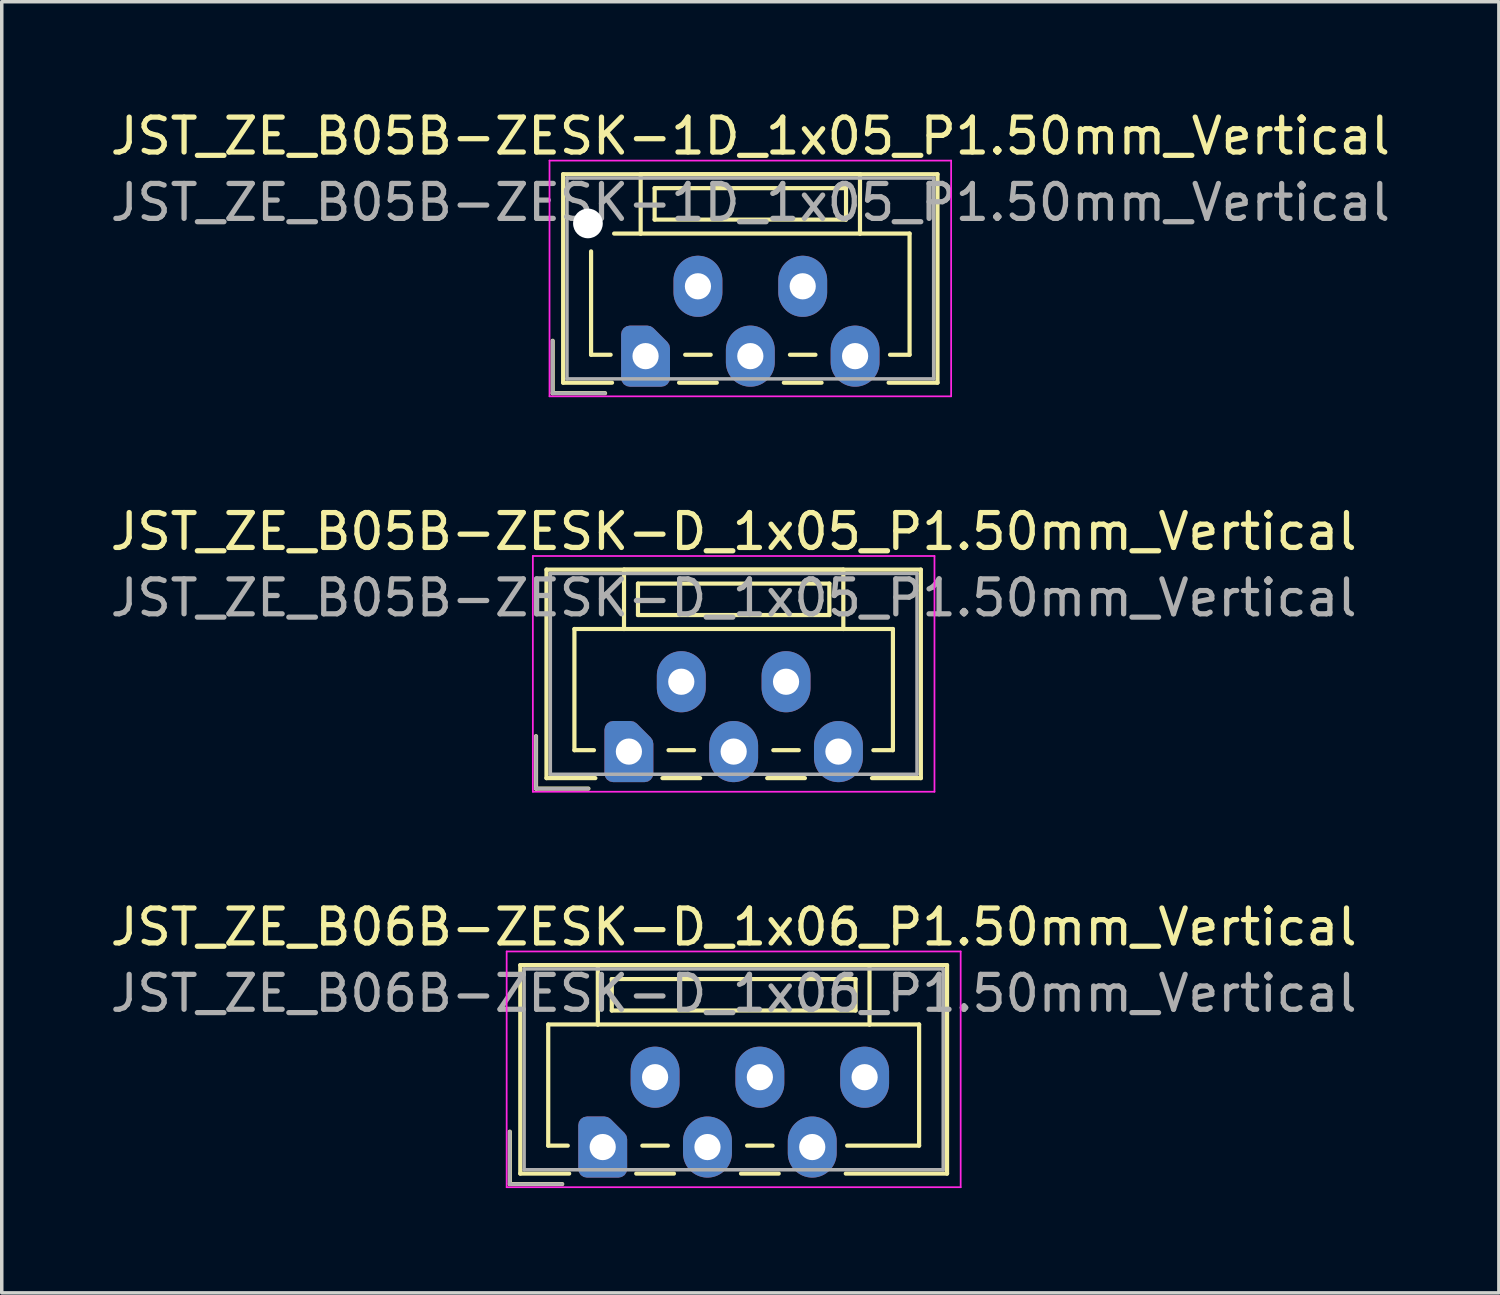
<source format=kicad_pcb>
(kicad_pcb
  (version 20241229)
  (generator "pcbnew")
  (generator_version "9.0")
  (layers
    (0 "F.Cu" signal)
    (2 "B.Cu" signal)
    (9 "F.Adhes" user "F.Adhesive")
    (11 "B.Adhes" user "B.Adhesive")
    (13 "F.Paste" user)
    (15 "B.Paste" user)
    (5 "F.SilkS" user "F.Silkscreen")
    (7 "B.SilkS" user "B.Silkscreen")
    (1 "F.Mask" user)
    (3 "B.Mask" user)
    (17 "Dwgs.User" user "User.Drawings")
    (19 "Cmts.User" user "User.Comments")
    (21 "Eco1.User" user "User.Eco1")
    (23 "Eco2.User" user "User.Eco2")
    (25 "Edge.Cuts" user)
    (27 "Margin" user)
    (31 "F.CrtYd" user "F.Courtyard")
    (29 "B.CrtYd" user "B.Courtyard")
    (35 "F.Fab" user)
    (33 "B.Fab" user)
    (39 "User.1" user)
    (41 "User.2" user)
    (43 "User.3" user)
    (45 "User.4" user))
  (footprint "JST_ZE_B06B-ZESK-D_1x06_P1.50mm_Vertical"
    (layer "F.Cu")
    (at 14.208 29.795)
    (property "Reference" "JST_ZE_B06B-ZESK-D_1x06_P1.50mm_Vertical" (at 3.75 -6.3 0) (layer "F.SilkS") (effects (font (size 1 1) (thickness 0.15))))
    (attr through_hole)
    (fp_line (start -2.66 -0.44) (end -2.66 1.06) (stroke (width 0.12) (type solid)) (layer "F.SilkS"))
    (fp_line (start -2.66 1.06) (end -1.16 1.06) (stroke (width 0.12) (type solid)) (layer "F.SilkS"))
    (fp_line (start -2.36 -5.21) (end 9.86 -5.21) (stroke (width 0.12) (type solid)) (layer "F.SilkS"))
    (fp_line (start -2.36 0.76) (end -2.36 -5.21) (stroke (width 0.12) (type solid)) (layer "F.SilkS"))
    (fp_line (start -1.56 -3.51) (end -1.56 -0.04) (stroke (width 0.12) (type solid)) (layer "F.SilkS"))
    (fp_line (start -1.56 -0.04) (end -1 -0.04) (stroke (width 0.12) (type solid)) (layer "F.SilkS"))
    (fp_line (start -0.96 0.76) (end -2.36 0.76) (stroke (width 0.12) (type solid)) (layer "F.SilkS"))
    (fp_line (start -0.14 -5.21) (end -0.14 -3.51) (stroke (width 0.12) (type solid)) (layer "F.SilkS"))
    (fp_line (start -0.14 -3.51) (end -1.56 -3.51) (stroke (width 0.12) (type solid)) (layer "F.SilkS"))
    (fp_line (start -0.14 -3.51) (end 7.64 -3.51) (stroke (width 0.12) (type solid)) (layer "F.SilkS"))
    (fp_line (start 0.26 -4.81) (end 0.26 -3.91) (stroke (width 0.12) (type solid)) (layer "F.SilkS"))
    (fp_line (start 0.26 -3.91) (end 7.24 -3.91) (stroke (width 0.12) (type solid)) (layer "F.SilkS"))
    (fp_line (start 0.96 0.76) (end 2.04 0.76) (stroke (width 0.12) (type solid)) (layer "F.SilkS"))
    (fp_line (start 1.135 -0.04) (end 1.865 -0.04) (stroke (width 0.12) (type solid)) (layer "F.SilkS"))
    (fp_line (start 3.96 0.76) (end 5.04 0.76) (stroke (width 0.12) (type solid)) (layer "F.SilkS"))
    (fp_line (start 4.135 -0.04) (end 4.865 -0.04) (stroke (width 0.12) (type solid)) (layer "F.SilkS"))
    (fp_line (start 7.24 -4.81) (end 0.26 -4.81) (stroke (width 0.12) (type solid)) (layer "F.SilkS"))
    (fp_line (start 7.24 -3.91) (end 7.24 -4.81) (stroke (width 0.12) (type solid)) (layer "F.SilkS"))
    (fp_line (start 7.64 -5.21) (end -0.14 -5.21) (stroke (width 0.12) (type solid)) (layer "F.SilkS"))
    (fp_line (start 7.64 -3.51) (end 7.64 -5.21) (stroke (width 0.12) (type solid)) (layer "F.SilkS"))
    (fp_line (start 7.64 -3.51) (end 9.06 -3.51) (stroke (width 0.12) (type solid)) (layer "F.SilkS"))
    (fp_line (start 9.06 -3.51) (end 9.06 -0.04) (stroke (width 0.12) (type solid)) (layer "F.SilkS"))
    (fp_line (start 9.06 -0.04) (end 7 -0.04) (stroke (width 0.12) (type solid)) (layer "F.SilkS"))
    (fp_line (start 9.86 -5.21) (end 9.86 0.76) (stroke (width 0.12) (type solid)) (layer "F.SilkS"))
    (fp_line (start 9.86 0.76) (end 6.96 0.76) (stroke (width 0.12) (type solid)) (layer "F.SilkS"))
    (fp_line (start -2.75 -5.6) (end -2.75 1.15) (stroke (width 0.05) (type solid)) (layer "F.CrtYd"))
    (fp_line (start -2.75 1.15) (end 10.25 1.15) (stroke (width 0.05) (type solid)) (layer "F.CrtYd"))
    (fp_line (start 10.25 -5.6) (end -2.75 -5.6) (stroke (width 0.05) (type solid)) (layer "F.CrtYd"))
    (fp_line (start 10.25 1.15) (end 10.25 -5.6) (stroke (width 0.05) (type solid)) (layer "F.CrtYd"))
    (fp_line (start -2.66 -0.44) (end -2.66 1.06) (stroke (width 0.1) (type solid)) (layer "F.Fab"))
    (fp_line (start -2.66 1.06) (end -1.16 1.06) (stroke (width 0.1) (type solid)) (layer "F.Fab"))
    (fp_line (start -2.25 -5.1) (end -2.25 0.65) (stroke (width 0.1) (type solid)) (layer "F.Fab"))
    (fp_line (start -2.25 0.65) (end 9.75 0.65) (stroke (width 0.1) (type solid)) (layer "F.Fab"))
    (fp_line (start 9.75 -5.1) (end -2.25 -5.1) (stroke (width 0.1) (type solid)) (layer "F.Fab"))
    (fp_line (start 9.75 0.65) (end 9.75 -5.1) (stroke (width 0.1) (type solid)) (layer "F.Fab"))
    (fp_text user "${REFERENCE}" (at 3.75 -4.4 0) (layer "F.Fab") (effects (font (size 1 1) (thickness 0.15))))
    (pad "1" thru_hole custom (at 0 0) (size 1.117 1.117) (drill 0.75) (layers "*.Cu" "*.Mask") (options (anchor circle)) (primitives (gr_poly (pts (xy -0.45 -0.625) (xy 0.05 -0.625) (xy 0.45 -0.225) (xy 0.45 0.625) (xy -0.45 0.625)) (width 0.5) (fill yes))))
    (pad "2" thru_hole oval (at 1.5 -2) (size 1.4 1.75) (drill 0.75) (layers "*.Cu" "*.Mask"))
    (pad "3" thru_hole oval (at 3 0) (size 1.4 1.75) (drill 0.75) (layers "*.Cu" "*.Mask"))
    (pad "4" thru_hole oval (at 4.5 -2) (size 1.4 1.75) (drill 0.75) (layers "*.Cu" "*.Mask"))
    (pad "5" thru_hole oval (at 6 0) (size 1.4 1.75) (drill 0.75) (layers "*.Cu" "*.Mask"))
    (pad "6" thru_hole oval (at 7.5 -2) (size 1.4 1.75) (drill 0.75) (layers "*.Cu" "*.Mask")))
  (footprint "JST_ZE_B05B-ZESK-1D_1x05_P1.50mm_Vertical"
    (layer "F.Cu")
    (at 15.435 7.148)
    (property "Reference" "JST_ZE_B05B-ZESK-1D_1x05_P1.50mm_Vertical" (at 3 -6.3 0) (layer "F.SilkS") (effects (font (size 1 1) (thickness 0.15))))
    (attr through_hole)
    (fp_line (start -2.66 -0.44) (end -2.66 1.06) (stroke (width 0.12) (type solid)) (layer "F.SilkS"))
    (fp_line (start -2.66 1.06) (end -1.16 1.06) (stroke (width 0.12) (type solid)) (layer "F.SilkS"))
    (fp_line (start -2.36 -5.21) (end 8.36 -5.21) (stroke (width 0.12) (type solid)) (layer "F.SilkS"))
    (fp_line (start -2.36 0.76) (end -2.36 -5.21) (stroke (width 0.12) (type solid)) (layer "F.SilkS"))
    (fp_line (start -1.56 -3) (end -1.56 -0.04) (stroke (width 0.12) (type solid)) (layer "F.SilkS"))
    (fp_line (start -1.56 -0.04) (end -1 -0.04) (stroke (width 0.12) (type solid)) (layer "F.SilkS"))
    (fp_line (start -0.96 0.76) (end -2.36 0.76) (stroke (width 0.12) (type solid)) (layer "F.SilkS"))
    (fp_line (start -0.14 -5.21) (end -0.14 -3.51) (stroke (width 0.12) (type solid)) (layer "F.SilkS"))
    (fp_line (start -0.14 -3.51) (end -0.9 -3.51) (stroke (width 0.12) (type solid)) (layer "F.SilkS"))
    (fp_line (start -0.14 -3.51) (end 6.14 -3.51) (stroke (width 0.12) (type solid)) (layer "F.SilkS"))
    (fp_line (start 0.26 -4.81) (end 0.26 -3.91) (stroke (width 0.12) (type solid)) (layer "F.SilkS"))
    (fp_line (start 0.26 -3.91) (end 5.74 -3.91) (stroke (width 0.12) (type solid)) (layer "F.SilkS"))
    (fp_line (start 0.96 0.76) (end 2.04 0.76) (stroke (width 0.12) (type solid)) (layer "F.SilkS"))
    (fp_line (start 1.135 -0.04) (end 1.865 -0.04) (stroke (width 0.12) (type solid)) (layer "F.SilkS"))
    (fp_line (start 3.96 0.76) (end 5.04 0.76) (stroke (width 0.12) (type solid)) (layer "F.SilkS"))
    (fp_line (start 4.135 -0.04) (end 4.865 -0.04) (stroke (width 0.12) (type solid)) (layer "F.SilkS"))
    (fp_line (start 5.74 -4.81) (end 0.26 -4.81) (stroke (width 0.12) (type solid)) (layer "F.SilkS"))
    (fp_line (start 5.74 -3.91) (end 5.74 -4.81) (stroke (width 0.12) (type solid)) (layer "F.SilkS"))
    (fp_line (start 6.14 -5.21) (end -0.14 -5.21) (stroke (width 0.12) (type solid)) (layer "F.SilkS"))
    (fp_line (start 6.14 -3.51) (end 6.14 -5.21) (stroke (width 0.12) (type solid)) (layer "F.SilkS"))
    (fp_line (start 6.14 -3.51) (end 7.56 -3.51) (stroke (width 0.12) (type solid)) (layer "F.SilkS"))
    (fp_line (start 7.56 -3.51) (end 7.56 -0.04) (stroke (width 0.12) (type solid)) (layer "F.SilkS"))
    (fp_line (start 7.56 -0.04) (end 7 -0.04) (stroke (width 0.12) (type solid)) (layer "F.SilkS"))
    (fp_line (start 8.36 -5.21) (end 8.36 0.76) (stroke (width 0.12) (type solid)) (layer "F.SilkS"))
    (fp_line (start 8.36 0.76) (end 6.96 0.76) (stroke (width 0.12) (type solid)) (layer "F.SilkS"))
    (fp_line (start -2.75 -5.6) (end -2.75 1.15) (stroke (width 0.05) (type solid)) (layer "F.CrtYd"))
    (fp_line (start -2.75 1.15) (end 8.75 1.15) (stroke (width 0.05) (type solid)) (layer "F.CrtYd"))
    (fp_line (start 8.75 -5.6) (end -2.75 -5.6) (stroke (width 0.05) (type solid)) (layer "F.CrtYd"))
    (fp_line (start 8.75 1.15) (end 8.75 -5.6) (stroke (width 0.05) (type solid)) (layer "F.CrtYd"))
    (fp_line (start -2.66 -0.44) (end -2.66 1.06) (stroke (width 0.1) (type solid)) (layer "F.Fab"))
    (fp_line (start -2.66 1.06) (end -1.16 1.06) (stroke (width 0.1) (type solid)) (layer "F.Fab"))
    (fp_line (start -2.25 -5.1) (end -2.25 0.65) (stroke (width 0.1) (type solid)) (layer "F.Fab"))
    (fp_line (start -2.25 0.65) (end 8.25 0.65) (stroke (width 0.1) (type solid)) (layer "F.Fab"))
    (fp_line (start 8.25 -5.1) (end -2.25 -5.1) (stroke (width 0.1) (type solid)) (layer "F.Fab"))
    (fp_line (start 8.25 0.65) (end 8.25 -5.1) (stroke (width 0.1) (type solid)) (layer "F.Fab"))
    (fp_text user "${REFERENCE}" (at 3 -4.4 0) (layer "F.Fab") (effects (font (size 1 1) (thickness 0.15))))
    (pad "" np_thru_hole circle (at -1.65 -3.8) (size 0.85 0.85) (drill 0.85) (layers "*.Cu" "*.Mask"))
    (pad "1" thru_hole custom (at 0 0) (size 1.117 1.117) (drill 0.75) (layers "*.Cu" "*.Mask") (options (anchor circle)) (primitives (gr_poly (pts (xy -0.45 -0.625) (xy 0.05 -0.625) (xy 0.45 -0.225) (xy 0.45 0.625) (xy -0.45 0.625)) (width 0.5) (fill yes))))
    (pad "2" thru_hole oval (at 1.5 -2) (size 1.4 1.75) (drill 0.75) (layers "*.Cu" "*.Mask"))
    (pad "3" thru_hole oval (at 3 0) (size 1.4 1.75) (drill 0.75) (layers "*.Cu" "*.Mask"))
    (pad "4" thru_hole oval (at 4.5 -2) (size 1.4 1.75) (drill 0.75) (layers "*.Cu" "*.Mask"))
    (pad "5" thru_hole oval (at 6 0) (size 1.4 1.75) (drill 0.75) (layers "*.Cu" "*.Mask")))
  (footprint "JST_ZE_B05B-ZESK-D_1x05_P1.50mm_Vertical"
    (layer "F.Cu")
    (at 14.958 18.471)
    (property "Reference" "JST_ZE_B05B-ZESK-D_1x05_P1.50mm_Vertical" (at 3 -6.3 0) (layer "F.SilkS") (effects (font (size 1 1) (thickness 0.15))))
    (attr through_hole)
    (fp_line (start -2.66 -0.44) (end -2.66 1.06) (stroke (width 0.12) (type solid)) (layer "F.SilkS"))
    (fp_line (start -2.66 1.06) (end -1.16 1.06) (stroke (width 0.12) (type solid)) (layer "F.SilkS"))
    (fp_line (start -2.36 -5.21) (end 8.36 -5.21) (stroke (width 0.12) (type solid)) (layer "F.SilkS"))
    (fp_line (start -2.36 0.76) (end -2.36 -5.21) (stroke (width 0.12) (type solid)) (layer "F.SilkS"))
    (fp_line (start -1.56 -3.51) (end -1.56 -0.04) (stroke (width 0.12) (type solid)) (layer "F.SilkS"))
    (fp_line (start -1.56 -0.04) (end -1 -0.04) (stroke (width 0.12) (type solid)) (layer "F.SilkS"))
    (fp_line (start -0.96 0.76) (end -2.36 0.76) (stroke (width 0.12) (type solid)) (layer "F.SilkS"))
    (fp_line (start -0.14 -5.21) (end -0.14 -3.51) (stroke (width 0.12) (type solid)) (layer "F.SilkS"))
    (fp_line (start -0.14 -3.51) (end -1.56 -3.51) (stroke (width 0.12) (type solid)) (layer "F.SilkS"))
    (fp_line (start -0.14 -3.51) (end 6.14 -3.51) (stroke (width 0.12) (type solid)) (layer "F.SilkS"))
    (fp_line (start 0.26 -4.81) (end 0.26 -3.91) (stroke (width 0.12) (type solid)) (layer "F.SilkS"))
    (fp_line (start 0.26 -3.91) (end 5.74 -3.91) (stroke (width 0.12) (type solid)) (layer "F.SilkS"))
    (fp_line (start 0.96 0.76) (end 2.04 0.76) (stroke (width 0.12) (type solid)) (layer "F.SilkS"))
    (fp_line (start 1.135 -0.04) (end 1.865 -0.04) (stroke (width 0.12) (type solid)) (layer "F.SilkS"))
    (fp_line (start 3.96 0.76) (end 5.04 0.76) (stroke (width 0.12) (type solid)) (layer "F.SilkS"))
    (fp_line (start 4.135 -0.04) (end 4.865 -0.04) (stroke (width 0.12) (type solid)) (layer "F.SilkS"))
    (fp_line (start 5.74 -4.81) (end 0.26 -4.81) (stroke (width 0.12) (type solid)) (layer "F.SilkS"))
    (fp_line (start 5.74 -3.91) (end 5.74 -4.81) (stroke (width 0.12) (type solid)) (layer "F.SilkS"))
    (fp_line (start 6.14 -5.21) (end -0.14 -5.21) (stroke (width 0.12) (type solid)) (layer "F.SilkS"))
    (fp_line (start 6.14 -3.51) (end 6.14 -5.21) (stroke (width 0.12) (type solid)) (layer "F.SilkS"))
    (fp_line (start 6.14 -3.51) (end 7.56 -3.51) (stroke (width 0.12) (type solid)) (layer "F.SilkS"))
    (fp_line (start 7.56 -3.51) (end 7.56 -0.04) (stroke (width 0.12) (type solid)) (layer "F.SilkS"))
    (fp_line (start 7.56 -0.04) (end 7 -0.04) (stroke (width 0.12) (type solid)) (layer "F.SilkS"))
    (fp_line (start 8.36 -5.21) (end 8.36 0.76) (stroke (width 0.12) (type solid)) (layer "F.SilkS"))
    (fp_line (start 8.36 0.76) (end 6.96 0.76) (stroke (width 0.12) (type solid)) (layer "F.SilkS"))
    (fp_line (start -2.75 -5.6) (end -2.75 1.15) (stroke (width 0.05) (type solid)) (layer "F.CrtYd"))
    (fp_line (start -2.75 1.15) (end 8.75 1.15) (stroke (width 0.05) (type solid)) (layer "F.CrtYd"))
    (fp_line (start 8.75 -5.6) (end -2.75 -5.6) (stroke (width 0.05) (type solid)) (layer "F.CrtYd"))
    (fp_line (start 8.75 1.15) (end 8.75 -5.6) (stroke (width 0.05) (type solid)) (layer "F.CrtYd"))
    (fp_line (start -2.66 -0.44) (end -2.66 1.06) (stroke (width 0.1) (type solid)) (layer "F.Fab"))
    (fp_line (start -2.66 1.06) (end -1.16 1.06) (stroke (width 0.1) (type solid)) (layer "F.Fab"))
    (fp_line (start -2.25 -5.1) (end -2.25 0.65) (stroke (width 0.1) (type solid)) (layer "F.Fab"))
    (fp_line (start -2.25 0.65) (end 8.25 0.65) (stroke (width 0.1) (type solid)) (layer "F.Fab"))
    (fp_line (start 8.25 -5.1) (end -2.25 -5.1) (stroke (width 0.1) (type solid)) (layer "F.Fab"))
    (fp_line (start 8.25 0.65) (end 8.25 -5.1) (stroke (width 0.1) (type solid)) (layer "F.Fab"))
    (fp_text user "${REFERENCE}" (at 3 -4.4 0) (layer "F.Fab") (effects (font (size 1 1) (thickness 0.15))))
    (pad "1" thru_hole custom (at 0 0) (size 1.117 1.117) (drill 0.75) (layers "*.Cu" "*.Mask") (options (anchor circle)) (primitives (gr_poly (pts (xy -0.45 -0.625) (xy 0.05 -0.625) (xy 0.45 -0.225) (xy 0.45 0.625) (xy -0.45 0.625)) (width 0.5) (fill yes))))
    (pad "2" thru_hole oval (at 1.5 -2) (size 1.4 1.75) (drill 0.75) (layers "*.Cu" "*.Mask"))
    (pad "3" thru_hole oval (at 3 0) (size 1.4 1.75) (drill 0.75) (layers "*.Cu" "*.Mask"))
    (pad "4" thru_hole oval (at 4.5 -2) (size 1.4 1.75) (drill 0.75) (layers "*.Cu" "*.Mask"))
    (pad "5" thru_hole oval (at 6 0) (size 1.4 1.75) (drill 0.75) (layers "*.Cu" "*.Mask")))
  (gr_rect
    (start -3 -3)
    (end 39.869 33.97)
    (stroke (width 0.1) (type default))
    (fill no)
    (layer "Edge.Cuts")))
</source>
